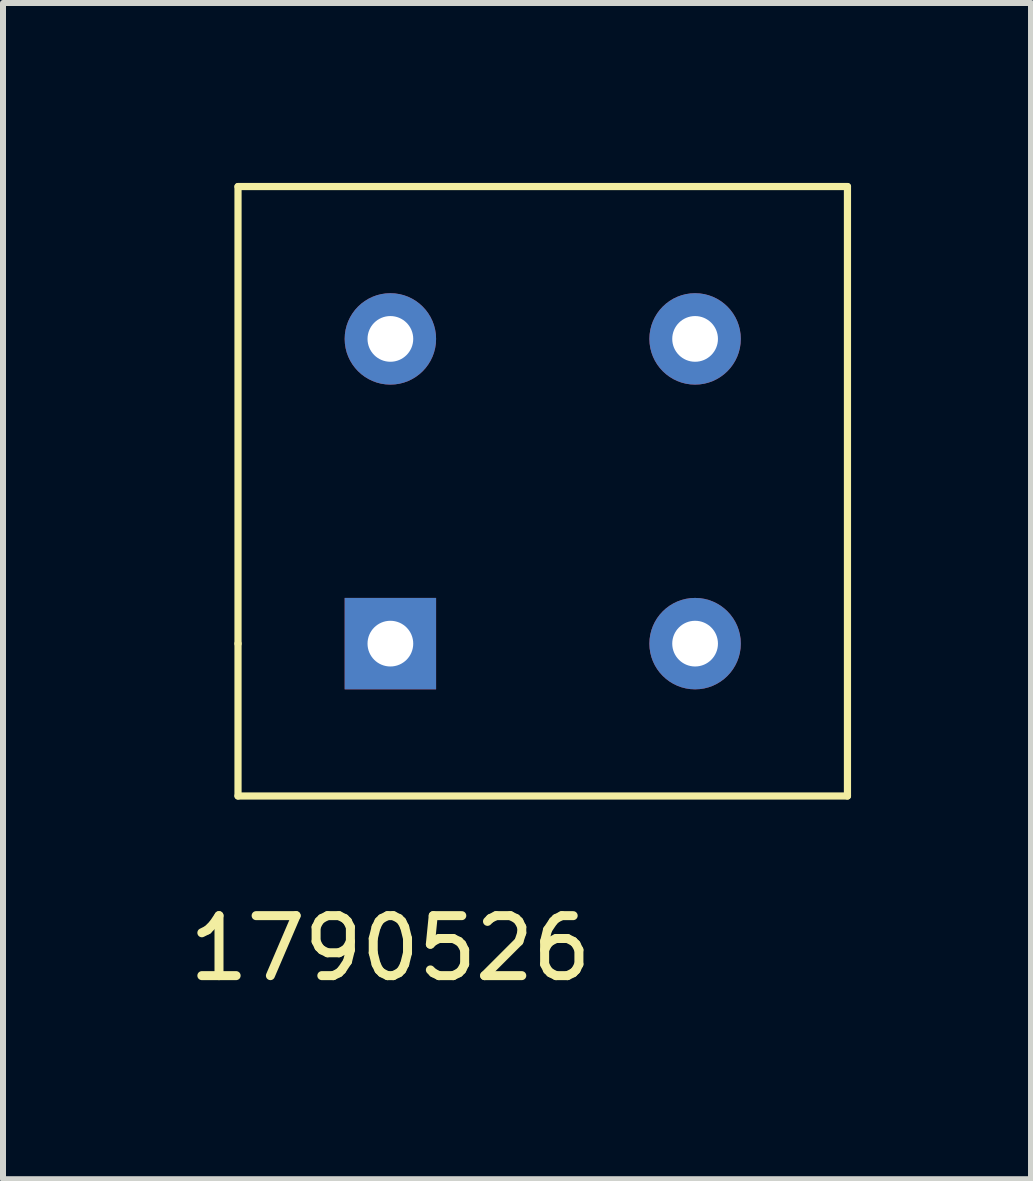
<source format=kicad_pcb>
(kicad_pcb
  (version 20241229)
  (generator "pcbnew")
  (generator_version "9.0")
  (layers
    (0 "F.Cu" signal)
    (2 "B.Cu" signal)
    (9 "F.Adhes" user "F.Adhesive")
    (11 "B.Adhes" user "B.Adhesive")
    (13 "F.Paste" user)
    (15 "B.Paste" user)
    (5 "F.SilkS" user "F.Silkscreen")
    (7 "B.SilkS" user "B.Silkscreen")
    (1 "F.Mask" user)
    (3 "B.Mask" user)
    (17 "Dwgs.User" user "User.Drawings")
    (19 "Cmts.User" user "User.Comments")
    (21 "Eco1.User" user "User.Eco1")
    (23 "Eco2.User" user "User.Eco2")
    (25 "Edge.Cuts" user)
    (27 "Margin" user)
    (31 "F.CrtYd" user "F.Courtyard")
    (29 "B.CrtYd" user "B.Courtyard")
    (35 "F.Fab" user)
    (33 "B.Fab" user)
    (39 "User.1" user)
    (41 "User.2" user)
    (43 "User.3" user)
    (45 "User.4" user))
  (footprint "1790526"
    (layer "F.Cu")
    (at 3.458 7.68)
    (property "Reference" "1790526" (at 0 5.08 0) (layer "F.SilkS") (effects (font (size 1 1) (thickness 0.15))))
    (attr through_hole)
    (fp_line (start -2.54 -7.62) (end -2.54 0) (stroke (width 0.12) (type solid)) (layer "F.SilkS"))
    (fp_line (start -2.54 0) (end -2.54 2.54) (stroke (width 0.12) (type solid)) (layer "F.SilkS"))
    (fp_line (start -2.54 2.54) (end 7.62 2.54) (stroke (width 0.12) (type solid)) (layer "F.SilkS"))
    (fp_line (start 7.62 -7.62) (end -2.54 -7.62) (stroke (width 0.12) (type solid)) (layer "F.SilkS"))
    (fp_line (start 7.62 2.54) (end 7.62 -7.62) (stroke (width 0.12) (type solid)) (layer "F.SilkS"))
    (pad "1" thru_hole rect (at 0 0) (size 1.524 1.524) (drill 0.762) (layers "*.Cu" "*.Mask"))
    (pad "2" thru_hole circle (at 5.08 0) (size 1.524 1.524) (drill 0.762) (layers "*.Cu" "*.Mask"))
    (pad "3" thru_hole circle (at 5.08 -5.08) (size 1.524 1.524) (drill 0.762) (layers "*.Cu" "*.Mask"))
    (pad "4" thru_hole circle (at 0 -5.08) (size 1.524 1.524) (drill 0.762) (layers "*.Cu" "*.Mask")))
  (gr_rect
    (start -3 -3)
    (end 14.138 16.608)
    (stroke (width 0.1) (type default))
    (fill no)
    (layer "Edge.Cuts")))
</source>
